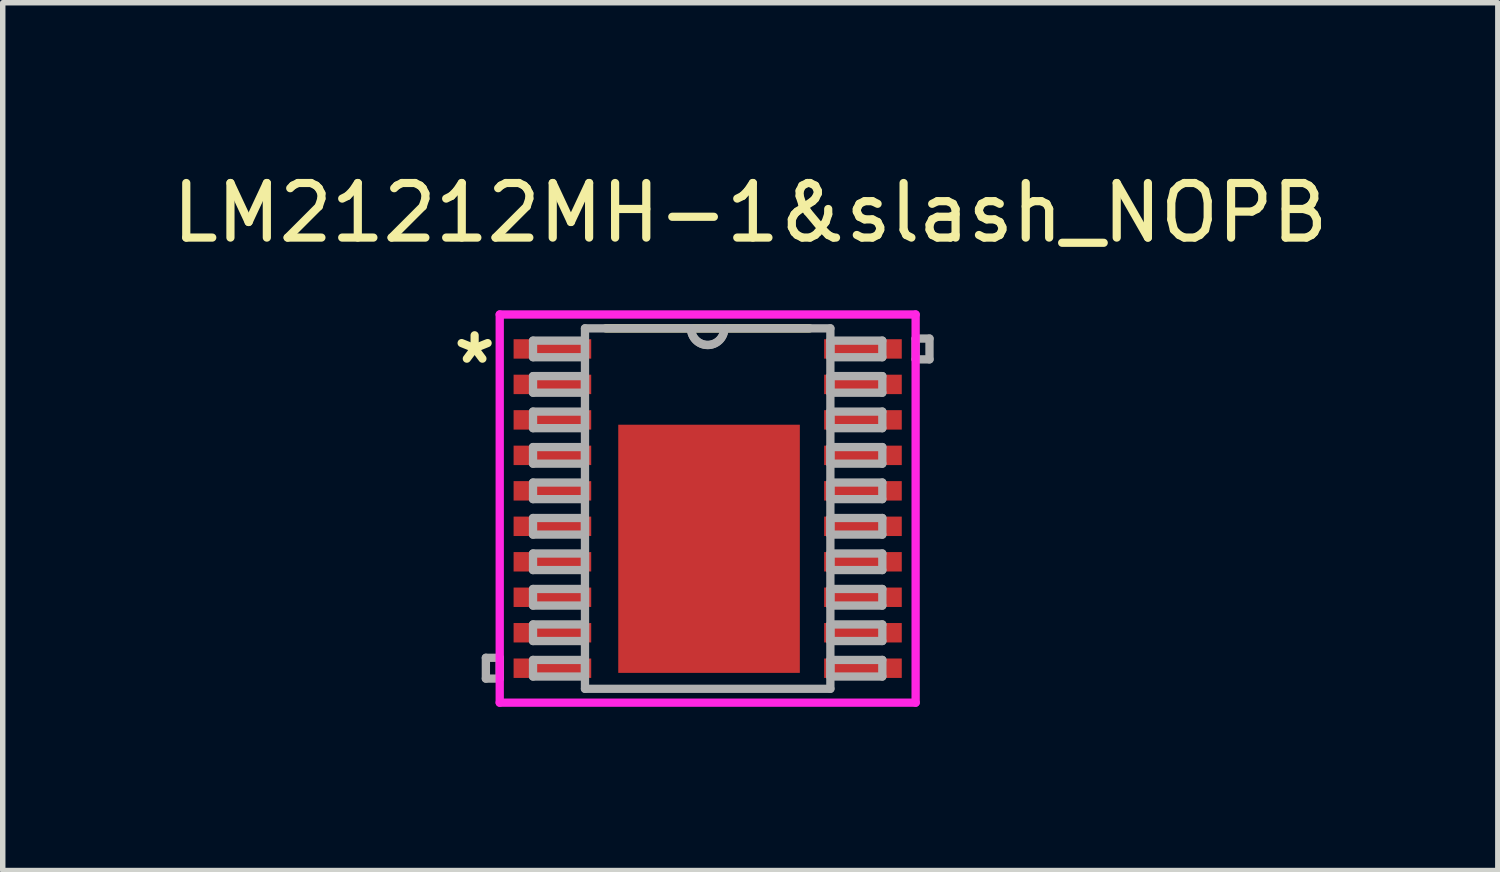
<source format=kicad_pcb>
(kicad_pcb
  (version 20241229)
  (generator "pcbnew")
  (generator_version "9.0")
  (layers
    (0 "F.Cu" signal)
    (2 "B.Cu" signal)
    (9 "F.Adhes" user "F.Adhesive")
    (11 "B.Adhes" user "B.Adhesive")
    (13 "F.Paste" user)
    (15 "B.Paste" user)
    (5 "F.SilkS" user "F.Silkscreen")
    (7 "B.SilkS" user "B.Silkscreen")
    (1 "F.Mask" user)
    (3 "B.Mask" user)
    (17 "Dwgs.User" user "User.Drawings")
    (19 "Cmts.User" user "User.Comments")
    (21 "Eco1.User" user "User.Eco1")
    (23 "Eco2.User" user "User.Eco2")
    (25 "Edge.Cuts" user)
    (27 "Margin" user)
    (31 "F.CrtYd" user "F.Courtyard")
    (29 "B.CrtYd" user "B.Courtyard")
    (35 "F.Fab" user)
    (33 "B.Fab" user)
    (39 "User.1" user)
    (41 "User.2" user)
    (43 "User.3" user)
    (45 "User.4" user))
  (footprint "LM21212MH-1&slash_NOPB"
    (layer "F.Cu")
    (at 9.916 6.268)
    (property "Reference" "LM21212MH-1&slash_NOPB" (at 0.78 -5.42 0) (layer "F.SilkS") (effects (font (size 1 1) (thickness 0.15))))
    (attr through_hole)
    (fp_line (start 1.867 -3.302) (end -1.867 -3.302) (stroke (width 0.152) (type solid)) (layer "F.SilkS"))
    (fp_line (start -1.538 -1.437) (end -1.538 -0.121) (stroke (width 0.152) (type solid)) (layer "F.Paste"))
    (fp_line (start -1.538 -0.121) (end -0.075 -0.121) (stroke (width 0.152) (type solid)) (layer "F.Paste"))
    (fp_line (start -1.538 0.079) (end -1.538 1.394) (stroke (width 0.152) (type solid)) (layer "F.Paste"))
    (fp_line (start -1.538 1.394) (end -0.075 1.394) (stroke (width 0.152) (type solid)) (layer "F.Paste"))
    (fp_line (start -1.538 1.594) (end -1.538 2.91) (stroke (width 0.152) (type solid)) (layer "F.Paste"))
    (fp_line (start -1.538 2.91) (end -0.075 2.91) (stroke (width 0.152) (type solid)) (layer "F.Paste"))
    (fp_line (start -0.075 -1.437) (end -1.538 -1.437) (stroke (width 0.152) (type solid)) (layer "F.Paste"))
    (fp_line (start -0.075 -0.121) (end -0.075 -1.437) (stroke (width 0.152) (type solid)) (layer "F.Paste"))
    (fp_line (start -0.075 0.079) (end -1.538 0.079) (stroke (width 0.152) (type solid)) (layer "F.Paste"))
    (fp_line (start -0.075 1.394) (end -0.075 0.079) (stroke (width 0.152) (type solid)) (layer "F.Paste"))
    (fp_line (start -0.075 1.594) (end -1.538 1.594) (stroke (width 0.152) (type solid)) (layer "F.Paste"))
    (fp_line (start -0.075 2.91) (end -0.075 1.594) (stroke (width 0.152) (type solid)) (layer "F.Paste"))
    (fp_line (start 0.125 -1.437) (end 0.125 -0.121) (stroke (width 0.152) (type solid)) (layer "F.Paste"))
    (fp_line (start 0.125 -0.121) (end 1.589 -0.121) (stroke (width 0.152) (type solid)) (layer "F.Paste"))
    (fp_line (start 0.125 0.079) (end 0.125 1.394) (stroke (width 0.152) (type solid)) (layer "F.Paste"))
    (fp_line (start 0.125 1.394) (end 1.589 1.394) (stroke (width 0.152) (type solid)) (layer "F.Paste"))
    (fp_line (start 0.125 1.594) (end 0.125 2.91) (stroke (width 0.152) (type solid)) (layer "F.Paste"))
    (fp_line (start 0.125 2.91) (end 1.589 2.91) (stroke (width 0.152) (type solid)) (layer "F.Paste"))
    (fp_line (start 1.589 -1.437) (end 0.125 -1.437) (stroke (width 0.152) (type solid)) (layer "F.Paste"))
    (fp_line (start 1.589 -0.121) (end 1.589 -1.437) (stroke (width 0.152) (type solid)) (layer "F.Paste"))
    (fp_line (start 1.589 0.079) (end 0.125 0.079) (stroke (width 0.152) (type solid)) (layer "F.Paste"))
    (fp_line (start 1.589 1.394) (end 1.589 0.079) (stroke (width 0.152) (type solid)) (layer "F.Paste"))
    (fp_line (start 1.589 1.594) (end 0.125 1.594) (stroke (width 0.152) (type solid)) (layer "F.Paste"))
    (fp_line (start 1.589 2.91) (end 1.589 1.594) (stroke (width 0.152) (type solid)) (layer "F.Paste"))
    (fp_line (start -3.81 -3.556) (end 3.81 -3.556) (stroke (width 0.152) (type solid)) (layer "F.CrtYd"))
    (fp_line (start -3.81 3.556) (end -3.81 -3.556) (stroke (width 0.152) (type solid)) (layer "F.CrtYd"))
    (fp_line (start 3.81 -3.556) (end 3.81 3.556) (stroke (width 0.152) (type solid)) (layer "F.CrtYd"))
    (fp_line (start 3.81 3.556) (end -3.81 3.556) (stroke (width 0.152) (type solid)) (layer "F.CrtYd"))
    (fp_line (start -4.064 2.734) (end -4.064 3.115) (stroke (width 0.152) (type solid)) (layer "F.Fab"))
    (fp_line (start -4.064 3.115) (end -3.81 3.115) (stroke (width 0.152) (type solid)) (layer "F.Fab"))
    (fp_line (start -3.81 2.734) (end -4.064 2.734) (stroke (width 0.152) (type solid)) (layer "F.Fab"))
    (fp_line (start -3.81 3.115) (end -3.81 2.734) (stroke (width 0.152) (type solid)) (layer "F.Fab"))
    (fp_line (start -3.2 -3.077) (end -3.2 -2.773) (stroke (width 0.152) (type solid)) (layer "F.Fab"))
    (fp_line (start -3.2 -2.773) (end -2.248 -2.773) (stroke (width 0.152) (type solid)) (layer "F.Fab"))
    (fp_line (start -3.2 -2.427) (end -3.2 -2.123) (stroke (width 0.152) (type solid)) (layer "F.Fab"))
    (fp_line (start -3.2 -2.123) (end -2.248 -2.123) (stroke (width 0.152) (type solid)) (layer "F.Fab"))
    (fp_line (start -3.2 -1.777) (end -3.2 -1.473) (stroke (width 0.152) (type solid)) (layer "F.Fab"))
    (fp_line (start -3.2 -1.473) (end -2.248 -1.473) (stroke (width 0.152) (type solid)) (layer "F.Fab"))
    (fp_line (start -3.2 -1.127) (end -3.2 -0.823) (stroke (width 0.152) (type solid)) (layer "F.Fab"))
    (fp_line (start -3.2 -0.823) (end -2.248 -0.823) (stroke (width 0.152) (type solid)) (layer "F.Fab"))
    (fp_line (start -3.2 -0.477) (end -3.2 -0.173) (stroke (width 0.152) (type solid)) (layer "F.Fab"))
    (fp_line (start -3.2 -0.173) (end -2.248 -0.173) (stroke (width 0.152) (type solid)) (layer "F.Fab"))
    (fp_line (start -3.2 0.173) (end -3.2 0.477) (stroke (width 0.152) (type solid)) (layer "F.Fab"))
    (fp_line (start -3.2 0.477) (end -2.248 0.477) (stroke (width 0.152) (type solid)) (layer "F.Fab"))
    (fp_line (start -3.2 0.823) (end -3.2 1.127) (stroke (width 0.152) (type solid)) (layer "F.Fab"))
    (fp_line (start -3.2 1.127) (end -2.248 1.127) (stroke (width 0.152) (type solid)) (layer "F.Fab"))
    (fp_line (start -3.2 1.473) (end -3.2 1.777) (stroke (width 0.152) (type solid)) (layer "F.Fab"))
    (fp_line (start -3.2 1.777) (end -2.248 1.777) (stroke (width 0.152) (type solid)) (layer "F.Fab"))
    (fp_line (start -3.2 2.123) (end -3.2 2.427) (stroke (width 0.152) (type solid)) (layer "F.Fab"))
    (fp_line (start -3.2 2.427) (end -2.248 2.427) (stroke (width 0.152) (type solid)) (layer "F.Fab"))
    (fp_line (start -3.2 2.773) (end -3.2 3.077) (stroke (width 0.152) (type solid)) (layer "F.Fab"))
    (fp_line (start -3.2 3.077) (end -2.248 3.077) (stroke (width 0.152) (type solid)) (layer "F.Fab"))
    (fp_line (start -2.248 -3.302) (end -2.248 3.302) (stroke (width 0.152) (type solid)) (layer "F.Fab"))
    (fp_line (start -2.248 -3.077) (end -3.2 -3.077) (stroke (width 0.152) (type solid)) (layer "F.Fab"))
    (fp_line (start -2.248 -2.773) (end -2.248 -3.077) (stroke (width 0.152) (type solid)) (layer "F.Fab"))
    (fp_line (start -2.248 -2.427) (end -3.2 -2.427) (stroke (width 0.152) (type solid)) (layer "F.Fab"))
    (fp_line (start -2.248 -2.123) (end -2.248 -2.427) (stroke (width 0.152) (type solid)) (layer "F.Fab"))
    (fp_line (start -2.248 -1.777) (end -3.2 -1.777) (stroke (width 0.152) (type solid)) (layer "F.Fab"))
    (fp_line (start -2.248 -1.473) (end -2.248 -1.777) (stroke (width 0.152) (type solid)) (layer "F.Fab"))
    (fp_line (start -2.248 -1.127) (end -3.2 -1.127) (stroke (width 0.152) (type solid)) (layer "F.Fab"))
    (fp_line (start -2.248 -0.823) (end -2.248 -1.127) (stroke (width 0.152) (type solid)) (layer "F.Fab"))
    (fp_line (start -2.248 -0.477) (end -3.2 -0.477) (stroke (width 0.152) (type solid)) (layer "F.Fab"))
    (fp_line (start -2.248 -0.173) (end -2.248 -0.477) (stroke (width 0.152) (type solid)) (layer "F.Fab"))
    (fp_line (start -2.248 0.173) (end -3.2 0.173) (stroke (width 0.152) (type solid)) (layer "F.Fab"))
    (fp_line (start -2.248 0.477) (end -2.248 0.173) (stroke (width 0.152) (type solid)) (layer "F.Fab"))
    (fp_line (start -2.248 0.823) (end -3.2 0.823) (stroke (width 0.152) (type solid)) (layer "F.Fab"))
    (fp_line (start -2.248 1.127) (end -2.248 0.823) (stroke (width 0.152) (type solid)) (layer "F.Fab"))
    (fp_line (start -2.248 1.473) (end -3.2 1.473) (stroke (width 0.152) (type solid)) (layer "F.Fab"))
    (fp_line (start -2.248 1.777) (end -2.248 1.473) (stroke (width 0.152) (type solid)) (layer "F.Fab"))
    (fp_line (start -2.248 2.123) (end -3.2 2.123) (stroke (width 0.152) (type solid)) (layer "F.Fab"))
    (fp_line (start -2.248 2.427) (end -2.248 2.123) (stroke (width 0.152) (type solid)) (layer "F.Fab"))
    (fp_line (start -2.248 2.773) (end -3.2 2.773) (stroke (width 0.152) (type solid)) (layer "F.Fab"))
    (fp_line (start -2.248 3.077) (end -2.248 2.773) (stroke (width 0.152) (type solid)) (layer "F.Fab"))
    (fp_line (start -2.248 3.302) (end 2.248 3.302) (stroke (width 0.152) (type solid)) (layer "F.Fab"))
    (fp_line (start 2.248 -3.302) (end -2.248 -3.302) (stroke (width 0.152) (type solid)) (layer "F.Fab"))
    (fp_line (start 2.248 -3.077) (end 2.248 -2.773) (stroke (width 0.152) (type solid)) (layer "F.Fab"))
    (fp_line (start 2.248 -2.773) (end 3.2 -2.773) (stroke (width 0.152) (type solid)) (layer "F.Fab"))
    (fp_line (start 2.248 -2.427) (end 2.248 -2.123) (stroke (width 0.152) (type solid)) (layer "F.Fab"))
    (fp_line (start 2.248 -2.123) (end 3.2 -2.123) (stroke (width 0.152) (type solid)) (layer "F.Fab"))
    (fp_line (start 2.248 -1.777) (end 2.248 -1.473) (stroke (width 0.152) (type solid)) (layer "F.Fab"))
    (fp_line (start 2.248 -1.473) (end 3.2 -1.473) (stroke (width 0.152) (type solid)) (layer "F.Fab"))
    (fp_line (start 2.248 -1.127) (end 2.248 -0.823) (stroke (width 0.152) (type solid)) (layer "F.Fab"))
    (fp_line (start 2.248 -0.823) (end 3.2 -0.823) (stroke (width 0.152) (type solid)) (layer "F.Fab"))
    (fp_line (start 2.248 -0.477) (end 2.248 -0.173) (stroke (width 0.152) (type solid)) (layer "F.Fab"))
    (fp_line (start 2.248 -0.173) (end 3.2 -0.173) (stroke (width 0.152) (type solid)) (layer "F.Fab"))
    (fp_line (start 2.248 0.173) (end 2.248 0.477) (stroke (width 0.152) (type solid)) (layer "F.Fab"))
    (fp_line (start 2.248 0.477) (end 3.2 0.477) (stroke (width 0.152) (type solid)) (layer "F.Fab"))
    (fp_line (start 2.248 0.823) (end 2.248 1.127) (stroke (width 0.152) (type solid)) (layer "F.Fab"))
    (fp_line (start 2.248 1.127) (end 3.2 1.127) (stroke (width 0.152) (type solid)) (layer "F.Fab"))
    (fp_line (start 2.248 1.473) (end 2.248 1.777) (stroke (width 0.152) (type solid)) (layer "F.Fab"))
    (fp_line (start 2.248 1.777) (end 3.2 1.777) (stroke (width 0.152) (type solid)) (layer "F.Fab"))
    (fp_line (start 2.248 2.123) (end 2.248 2.427) (stroke (width 0.152) (type solid)) (layer "F.Fab"))
    (fp_line (start 2.248 2.427) (end 3.2 2.427) (stroke (width 0.152) (type solid)) (layer "F.Fab"))
    (fp_line (start 2.248 2.773) (end 2.248 3.077) (stroke (width 0.152) (type solid)) (layer "F.Fab"))
    (fp_line (start 2.248 3.077) (end 3.2 3.077) (stroke (width 0.152) (type solid)) (layer "F.Fab"))
    (fp_line (start 2.248 3.302) (end 2.248 -3.302) (stroke (width 0.152) (type solid)) (layer "F.Fab"))
    (fp_line (start 3.2 -3.077) (end 2.248 -3.077) (stroke (width 0.152) (type solid)) (layer "F.Fab"))
    (fp_line (start 3.2 -2.773) (end 3.2 -3.077) (stroke (width 0.152) (type solid)) (layer "F.Fab"))
    (fp_line (start 3.2 -2.427) (end 2.248 -2.427) (stroke (width 0.152) (type solid)) (layer "F.Fab"))
    (fp_line (start 3.2 -2.123) (end 3.2 -2.427) (stroke (width 0.152) (type solid)) (layer "F.Fab"))
    (fp_line (start 3.2 -1.777) (end 2.248 -1.777) (stroke (width 0.152) (type solid)) (layer "F.Fab"))
    (fp_line (start 3.2 -1.473) (end 3.2 -1.777) (stroke (width 0.152) (type solid)) (layer "F.Fab"))
    (fp_line (start 3.2 -1.127) (end 2.248 -1.127) (stroke (width 0.152) (type solid)) (layer "F.Fab"))
    (fp_line (start 3.2 -0.823) (end 3.2 -1.127) (stroke (width 0.152) (type solid)) (layer "F.Fab"))
    (fp_line (start 3.2 -0.477) (end 2.248 -0.477) (stroke (width 0.152) (type solid)) (layer "F.Fab"))
    (fp_line (start 3.2 -0.173) (end 3.2 -0.477) (stroke (width 0.152) (type solid)) (layer "F.Fab"))
    (fp_line (start 3.2 0.173) (end 2.248 0.173) (stroke (width 0.152) (type solid)) (layer "F.Fab"))
    (fp_line (start 3.2 0.477) (end 3.2 0.173) (stroke (width 0.152) (type solid)) (layer "F.Fab"))
    (fp_line (start 3.2 0.823) (end 2.248 0.823) (stroke (width 0.152) (type solid)) (layer "F.Fab"))
    (fp_line (start 3.2 1.127) (end 3.2 0.823) (stroke (width 0.152) (type solid)) (layer "F.Fab"))
    (fp_line (start 3.2 1.473) (end 2.248 1.473) (stroke (width 0.152) (type solid)) (layer "F.Fab"))
    (fp_line (start 3.2 1.777) (end 3.2 1.473) (stroke (width 0.152) (type solid)) (layer "F.Fab"))
    (fp_line (start 3.2 2.123) (end 2.248 2.123) (stroke (width 0.152) (type solid)) (layer "F.Fab"))
    (fp_line (start 3.2 2.427) (end 3.2 2.123) (stroke (width 0.152) (type solid)) (layer "F.Fab"))
    (fp_line (start 3.2 2.773) (end 2.248 2.773) (stroke (width 0.152) (type solid)) (layer "F.Fab"))
    (fp_line (start 3.2 3.077) (end 3.2 2.773) (stroke (width 0.152) (type solid)) (layer "F.Fab"))
    (fp_line (start 3.81 -3.115) (end 4.064 -3.115) (stroke (width 0.152) (type solid)) (layer "F.Fab"))
    (fp_line (start 3.81 -2.734) (end 3.81 -3.115) (stroke (width 0.152) (type solid)) (layer "F.Fab"))
    (fp_line (start 4.064 -3.115) (end 4.064 -2.734) (stroke (width 0.152) (type solid)) (layer "F.Fab"))
    (fp_line (start 4.064 -2.734) (end 3.81 -2.734) (stroke (width 0.152) (type solid)) (layer "F.Fab"))
    (fp_arc (start 0.3048 -3.302) (mid 0 -2.9972) (end -0.3048 -3.302) (stroke (width 0.1524) (type solid)) (layer "F.Fab"))
    (fp_arc (start 0.3048 -3.302) (mid 0 -2.9972) (end -0.3048 -3.302) (stroke (width 0.1524) (type solid)) (layer "F.Fab"))
    (fp_text user "*" (at -4.27 -2.63 0) (layer "F.SilkS") (effects (font (size 1 1) (thickness 0.15))))
    (pad "1" smd rect (at -2.845 -2.925) (size 1.422 0.356) (layers "F.Cu" "F.Mask" "F.Paste"))
    (pad "2" smd rect (at -2.845 -2.275) (size 1.422 0.356) (layers "F.Cu" "F.Mask" "F.Paste"))
    (pad "3" smd rect (at -2.845 -1.625) (size 1.422 0.356) (layers "F.Cu" "F.Mask" "F.Paste"))
    (pad "4" smd rect (at -2.845 -0.975) (size 1.422 0.356) (layers "F.Cu" "F.Mask" "F.Paste"))
    (pad "5" smd rect (at -2.845 -0.325) (size 1.422 0.356) (layers "F.Cu" "F.Mask" "F.Paste"))
    (pad "6" smd rect (at -2.845 0.325) (size 1.422 0.356) (layers "F.Cu" "F.Mask" "F.Paste"))
    (pad "7" smd rect (at -2.845 0.975) (size 1.422 0.356) (layers "F.Cu" "F.Mask" "F.Paste"))
    (pad "8" smd rect (at -2.845 1.625) (size 1.422 0.356) (layers "F.Cu" "F.Mask" "F.Paste"))
    (pad "9" smd rect (at -2.845 2.275) (size 1.422 0.356) (layers "F.Cu" "F.Mask" "F.Paste"))
    (pad "10" smd rect (at -2.845 2.925) (size 1.422 0.356) (layers "F.Cu" "F.Mask" "F.Paste"))
    (pad "11" smd rect (at 2.845 2.925) (size 1.422 0.356) (layers "F.Cu" "F.Mask" "F.Paste"))
    (pad "12" smd rect (at 2.845 2.275) (size 1.422 0.356) (layers "F.Cu" "F.Mask" "F.Paste"))
    (pad "13" smd rect (at 2.845 1.625) (size 1.422 0.356) (layers "F.Cu" "F.Mask" "F.Paste"))
    (pad "14" smd rect (at 2.845 0.975) (size 1.422 0.356) (layers "F.Cu" "F.Mask" "F.Paste"))
    (pad "15" smd rect (at 2.845 0.325) (size 1.422 0.356) (layers "F.Cu" "F.Mask" "F.Paste"))
    (pad "16" smd rect (at 2.845 -0.325) (size 1.422 0.356) (layers "F.Cu" "F.Mask" "F.Paste"))
    (pad "17" smd rect (at 2.845 -0.975) (size 1.422 0.356) (layers "F.Cu" "F.Mask" "F.Paste"))
    (pad "18" smd rect (at 2.845 -1.625) (size 1.422 0.356) (layers "F.Cu" "F.Mask" "F.Paste"))
    (pad "19" smd rect (at 2.845 -2.275) (size 1.422 0.356) (layers "F.Cu" "F.Mask" "F.Paste"))
    (pad "20" smd rect (at 2.845 -2.925) (size 1.422 0.356) (layers "F.Cu" "F.Mask" "F.Paste"))
    (pad "21" smd rect (at 0.025 0.737) (size 3.327 4.547) (layers "F.Cu" "F.Mask" "F.Paste")))
  (gr_rect
    (start -3 -3)
    (end 24.393 12.9)
    (stroke (width 0.1) (type default))
    (fill no)
    (layer "Edge.Cuts")))
</source>
